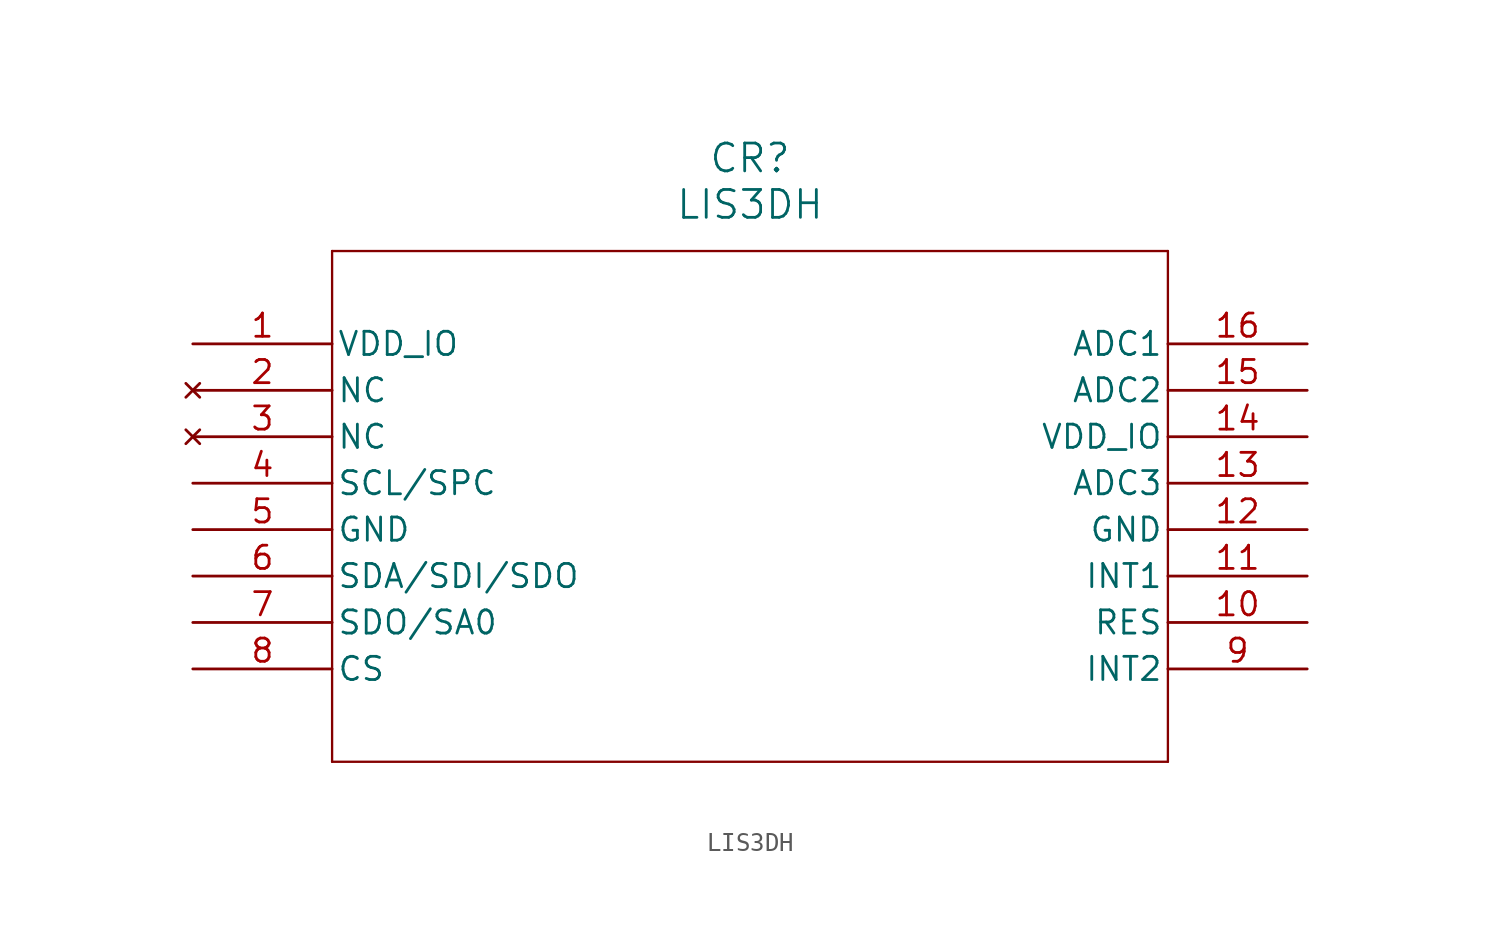
<source format=kicad_sym>
(kicad_symbol_lib
  (version 20211014)
  (generator kicad_symbol_editor)
  (symbol "LIS3DH"
    (pin_names
      (offset 0.254))
    (property "Reference" "CR"
      (at 30.48 10.16 0)
      (effects (font (size 1.524 1.524))))
    (property "Value" "LIS3DH"
      (at 30.48 7.62 0)
      (effects (font (size 1.524 1.524))))
    (symbol "LIS3DH_0_1"
      (polyline (pts (xy 7.62 5.08) (xy 7.62 -22.86)) (stroke (width 0.127) (type default) (color 0 0 0 0)) (fill (type none)))
      (polyline (pts (xy 7.62 -22.86) (xy 53.34 -22.86)) (stroke (width 0.127) (type default) (color 0 0 0 0)) (fill (type none)))
      (polyline (pts (xy 53.34 -22.86) (xy 53.34 5.08)) (stroke (width 0.127) (type default) (color 0 0 0 0)) (fill (type none)))
      (polyline (pts (xy 53.34 5.08) (xy 7.62 5.08)) (stroke (width 0.127) (type default) (color 0 0 0 0)) (fill (type none)))
      (pin power_in line (at 0 0 0) (length 7.62) (name "VDD_IO" (effects (font (size 1.27 1.27)))) (number "1" (effects (font (size 1.27 1.27)))))
      (pin no_connect line (at 0 -2.54 0) (length 7.62) (name "NC" (effects (font (size 1.27 1.27)))) (number "2" (effects (font (size 1.27 1.27)))))
      (pin no_connect line (at 0 -5.08 0) (length 7.62) (name "NC" (effects (font (size 1.27 1.27)))) (number "3" (effects (font (size 1.27 1.27)))))
      (pin unspecified line (at 0 -7.62 0) (length 7.62) (name "SCL/SPC" (effects (font (size 1.27 1.27)))) (number "4" (effects (font (size 1.27 1.27)))))
      (pin power_in line (at 0 -10.16 0) (length 7.62) (name "GND" (effects (font (size 1.27 1.27)))) (number "5" (effects (font (size 1.27 1.27)))))
      (pin unspecified line (at 0 -12.7 0) (length 7.62) (name "SDA/SDI/SDO" (effects (font (size 1.27 1.27)))) (number "6" (effects (font (size 1.27 1.27)))))
      (pin unspecified line (at 0 -15.24 0) (length 7.62) (name "SDO/SA0" (effects (font (size 1.27 1.27)))) (number "7" (effects (font (size 1.27 1.27)))))
      (pin unspecified line (at 0 -17.78 0) (length 7.62) (name "CS" (effects (font (size 1.27 1.27)))) (number "8" (effects (font (size 1.27 1.27)))))
      (pin unspecified line (at 60.96 -17.78 180) (length 7.62) (name "INT2" (effects (font (size 1.27 1.27)))) (number "9" (effects (font (size 1.27 1.27)))))
      (pin unspecified line (at 60.96 -15.24 180) (length 7.62) (name "RES" (effects (font (size 1.27 1.27)))) (number "10" (effects (font (size 1.27 1.27)))))
      (pin unspecified line (at 60.96 -12.7 180) (length 7.62) (name "INT1" (effects (font (size 1.27 1.27)))) (number "11" (effects (font (size 1.27 1.27)))))
      (pin power_in line (at 60.96 -10.16 180) (length 7.62) (name "GND" (effects (font (size 1.27 1.27)))) (number "12" (effects (font (size 1.27 1.27)))))
      (pin input line (at 60.96 -7.62 180) (length 7.62) (name "ADC3" (effects (font (size 1.27 1.27)))) (number "13" (effects (font (size 1.27 1.27)))))
      (pin power_in line (at 60.96 -5.08 180) (length 7.62) (name "VDD_IO" (effects (font (size 1.27 1.27)))) (number "14" (effects (font (size 1.27 1.27)))))
      (pin input line (at 60.96 -2.54 180) (length 7.62) (name "ADC2" (effects (font (size 1.27 1.27)))) (number "15" (effects (font (size 1.27 1.27)))))
      (pin input line (at 60.96 0 180) (length 7.62) (name "ADC1" (effects (font (size 1.27 1.27)))) (number "16" (effects (font (size 1.27 1.27))))))))
</source>
